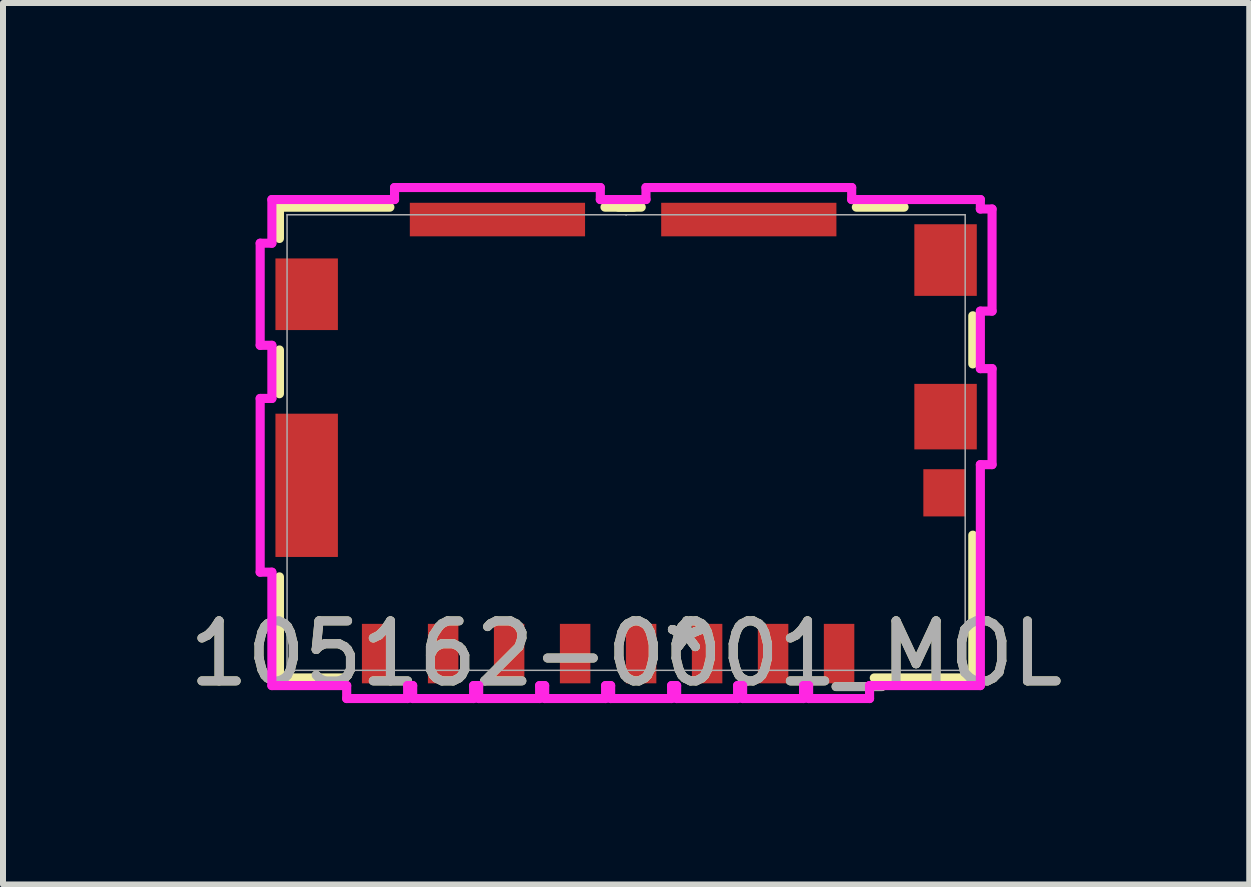
<source format=kicad_pcb>
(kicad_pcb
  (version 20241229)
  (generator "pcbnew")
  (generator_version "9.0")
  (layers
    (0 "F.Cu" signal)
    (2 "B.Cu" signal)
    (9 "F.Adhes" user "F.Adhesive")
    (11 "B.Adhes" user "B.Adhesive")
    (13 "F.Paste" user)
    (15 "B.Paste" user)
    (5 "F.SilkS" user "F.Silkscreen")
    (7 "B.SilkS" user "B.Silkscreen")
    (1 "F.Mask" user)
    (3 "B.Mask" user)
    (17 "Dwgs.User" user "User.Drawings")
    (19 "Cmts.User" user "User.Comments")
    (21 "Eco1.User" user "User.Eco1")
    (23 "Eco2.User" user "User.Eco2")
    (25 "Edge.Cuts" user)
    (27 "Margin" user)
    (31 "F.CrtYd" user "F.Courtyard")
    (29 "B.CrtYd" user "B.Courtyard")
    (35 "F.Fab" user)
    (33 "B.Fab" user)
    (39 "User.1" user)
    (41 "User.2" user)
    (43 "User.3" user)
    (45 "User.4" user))
  (footprint "105162-0001_MOL"
    (layer "F.Cu")
    (at 7.387 4.327)
    (property "Reference" "105162-0001_MOL" (at 0 3.518 0) (unlocked yes) (layer "F.SilkS") (effects (font (size 1 1) (thickness 0.15))))
    (attr smd)
    (fp_line (start -5.779 -3.924) (end -5.779 -3.402) (stroke (width 0.152) (type solid)) (layer "F.SilkS"))
    (fp_line (start -5.779 -1.543) (end -5.779 -0.814) (stroke (width 0.152) (type solid)) (layer "F.SilkS"))
    (fp_line (start -5.779 2.239) (end -5.779 3.924) (stroke (width 0.152) (type solid)) (layer "F.SilkS"))
    (fp_line (start -5.779 3.924) (end -4.737 3.924) (stroke (width 0.152) (type solid)) (layer "F.SilkS"))
    (fp_line (start -3.938 -3.924) (end -5.779 -3.924) (stroke (width 0.152) (type solid)) (layer "F.SilkS"))
    (fp_line (start 0.127 -3.924) (end -0.127 -3.924) (stroke (width 0.152) (type solid)) (layer "F.SilkS"))
    (fp_line (start 0.252 -3.924) (end -0.352 -3.924) (stroke (width 0.152) (type solid)) (layer "F.SilkS"))
    (fp_line (start 4.137 3.924) (end 5.779 3.924) (stroke (width 0.152) (type solid)) (layer "F.SilkS"))
    (fp_line (start 4.633 -3.924) (end 3.838 -3.924) (stroke (width 0.152) (type solid)) (layer "F.SilkS"))
    (fp_line (start 5.779 -1.311) (end 5.779 -2.113) (stroke (width 0.152) (type solid)) (layer "F.SilkS"))
    (fp_line (start 5.779 3.924) (end 5.779 1.544) (stroke (width 0.152) (type solid)) (layer "F.SilkS"))
    (fp_line (start -6.1 -0.735) (end -6.1 2.161) (stroke (width 0.152) (type solid)) (layer "F.CrtYd"))
    (fp_line (start -6.1 2.161) (end -5.905 2.161) (stroke (width 0.152) (type solid)) (layer "F.CrtYd"))
    (fp_line (start -6.1 -3.323) (end -6.1 -1.621) (stroke (width 0.152) (type solid)) (layer "F.CrtYd"))
    (fp_line (start -6.1 -1.621) (end -5.905 -1.621) (stroke (width 0.152) (type solid)) (layer "F.CrtYd"))
    (fp_line (start -5.905 -4.051) (end -5.905 -3.323) (stroke (width 0.152) (type solid)) (layer "F.CrtYd"))
    (fp_line (start -5.905 -3.323) (end -6.1 -3.323) (stroke (width 0.152) (type solid)) (layer "F.CrtYd"))
    (fp_line (start -5.905 -1.621) (end -5.905 -0.735) (stroke (width 0.152) (type solid)) (layer "F.CrtYd"))
    (fp_line (start -5.905 -0.735) (end -6.1 -0.735) (stroke (width 0.152) (type solid)) (layer "F.CrtYd"))
    (fp_line (start -5.905 2.161) (end -5.905 4.051) (stroke (width 0.152) (type solid)) (layer "F.CrtYd"))
    (fp_line (start -5.905 4.051) (end -4.658 4.051) (stroke (width 0.152) (type solid)) (layer "F.CrtYd"))
    (fp_line (start -4.658 4.051) (end -4.658 4.267) (stroke (width 0.152) (type solid)) (layer "F.CrtYd"))
    (fp_line (start -4.658 4.267) (end -3.642 4.267) (stroke (width 0.152) (type solid)) (layer "F.CrtYd"))
    (fp_line (start -3.86 -4.251) (end -3.86 -4.051) (stroke (width 0.152) (type solid)) (layer "F.CrtYd"))
    (fp_line (start -3.86 -4.051) (end -5.905 -4.051) (stroke (width 0.152) (type solid)) (layer "F.CrtYd"))
    (fp_line (start -3.642 4.051) (end -3.558 4.051) (stroke (width 0.152) (type solid)) (layer "F.CrtYd"))
    (fp_line (start -3.642 4.267) (end -3.642 4.051) (stroke (width 0.152) (type solid)) (layer "F.CrtYd"))
    (fp_line (start -3.558 4.051) (end -3.558 4.267) (stroke (width 0.152) (type solid)) (layer "F.CrtYd"))
    (fp_line (start -3.558 4.267) (end -2.542 4.267) (stroke (width 0.152) (type solid)) (layer "F.CrtYd"))
    (fp_line (start -2.542 4.051) (end -2.458 4.051) (stroke (width 0.152) (type solid)) (layer "F.CrtYd"))
    (fp_line (start -2.542 4.267) (end -2.542 4.051) (stroke (width 0.152) (type solid)) (layer "F.CrtYd"))
    (fp_line (start -2.458 4.051) (end -2.458 4.267) (stroke (width 0.152) (type solid)) (layer "F.CrtYd"))
    (fp_line (start -2.458 4.267) (end -1.442 4.267) (stroke (width 0.152) (type solid)) (layer "F.CrtYd"))
    (fp_line (start -1.442 4.051) (end -1.358 4.051) (stroke (width 0.152) (type solid)) (layer "F.CrtYd"))
    (fp_line (start -1.442 4.267) (end -1.442 4.051) (stroke (width 0.152) (type solid)) (layer "F.CrtYd"))
    (fp_line (start -1.358 4.051) (end -1.358 4.267) (stroke (width 0.152) (type solid)) (layer "F.CrtYd"))
    (fp_line (start -1.358 4.267) (end -0.342 4.267) (stroke (width 0.152) (type solid)) (layer "F.CrtYd"))
    (fp_line (start -0.43 -4.251) (end -3.86 -4.251) (stroke (width 0.152) (type solid)) (layer "F.CrtYd"))
    (fp_line (start -0.43 -4.051) (end -0.43 -4.251) (stroke (width 0.152) (type solid)) (layer "F.CrtYd"))
    (fp_line (start -0.342 4.051) (end -0.258 4.051) (stroke (width 0.152) (type solid)) (layer "F.CrtYd"))
    (fp_line (start -0.342 4.267) (end -0.342 4.051) (stroke (width 0.152) (type solid)) (layer "F.CrtYd"))
    (fp_line (start -0.258 4.051) (end -0.258 4.267) (stroke (width 0.152) (type solid)) (layer "F.CrtYd"))
    (fp_line (start -0.258 4.267) (end 0.758 4.267) (stroke (width 0.152) (type solid)) (layer "F.CrtYd"))
    (fp_line (start 0.331 -4.251) (end 0.331 -4.051) (stroke (width 0.152) (type solid)) (layer "F.CrtYd"))
    (fp_line (start 0.331 -4.051) (end -0.43 -4.051) (stroke (width 0.152) (type solid)) (layer "F.CrtYd"))
    (fp_line (start 0.758 4.051) (end 0.842 4.051) (stroke (width 0.152) (type solid)) (layer "F.CrtYd"))
    (fp_line (start 0.758 4.267) (end 0.758 4.051) (stroke (width 0.152) (type solid)) (layer "F.CrtYd"))
    (fp_line (start 0.842 4.051) (end 0.842 4.267) (stroke (width 0.152) (type solid)) (layer "F.CrtYd"))
    (fp_line (start 0.842 4.267) (end 1.858 4.267) (stroke (width 0.152) (type solid)) (layer "F.CrtYd"))
    (fp_line (start 1.858 4.051) (end 1.942 4.051) (stroke (width 0.152) (type solid)) (layer "F.CrtYd"))
    (fp_line (start 1.858 4.267) (end 1.858 4.051) (stroke (width 0.152) (type solid)) (layer "F.CrtYd"))
    (fp_line (start 1.942 4.051) (end 1.942 4.267) (stroke (width 0.152) (type solid)) (layer "F.CrtYd"))
    (fp_line (start 1.942 4.267) (end 2.958 4.267) (stroke (width 0.152) (type solid)) (layer "F.CrtYd"))
    (fp_line (start 2.958 4.051) (end 3.042 4.051) (stroke (width 0.152) (type solid)) (layer "F.CrtYd"))
    (fp_line (start 2.958 4.267) (end 2.958 4.051) (stroke (width 0.152) (type solid)) (layer "F.CrtYd"))
    (fp_line (start 3.042 4.051) (end 3.042 4.267) (stroke (width 0.152) (type solid)) (layer "F.CrtYd"))
    (fp_line (start 3.042 4.267) (end 4.058 4.267) (stroke (width 0.152) (type solid)) (layer "F.CrtYd"))
    (fp_line (start 3.76 -4.251) (end 0.331 -4.251) (stroke (width 0.152) (type solid)) (layer "F.CrtYd"))
    (fp_line (start 3.76 -4.051) (end 3.76 -4.251) (stroke (width 0.152) (type solid)) (layer "F.CrtYd"))
    (fp_line (start 4.058 4.051) (end 5.905 4.051) (stroke (width 0.152) (type solid)) (layer "F.CrtYd"))
    (fp_line (start 4.058 4.267) (end 4.058 4.051) (stroke (width 0.152) (type solid)) (layer "F.CrtYd"))
    (fp_line (start 5.905 -4.051) (end 3.76 -4.051) (stroke (width 0.152) (type solid)) (layer "F.CrtYd"))
    (fp_line (start 5.905 -3.893) (end 5.905 -4.051) (stroke (width 0.152) (type solid)) (layer "F.CrtYd"))
    (fp_line (start 5.905 -2.191) (end 6.1 -2.191) (stroke (width 0.152) (type solid)) (layer "F.CrtYd"))
    (fp_line (start 5.905 -1.232) (end 5.905 -2.191) (stroke (width 0.152) (type solid)) (layer "F.CrtYd"))
    (fp_line (start 5.905 0.368) (end 6.1 0.368) (stroke (width 0.152) (type solid)) (layer "F.CrtYd"))
    (fp_line (start 5.905 4.051) (end 5.905 0.368) (stroke (width 0.152) (type solid)) (layer "F.CrtYd"))
    (fp_line (start 6.1 -3.893) (end 5.905 -3.893) (stroke (width 0.152) (type solid)) (layer "F.CrtYd"))
    (fp_line (start 6.1 -2.191) (end 6.1 -3.893) (stroke (width 0.152) (type solid)) (layer "F.CrtYd"))
    (fp_line (start 6.1 -1.232) (end 5.905 -1.232) (stroke (width 0.152) (type solid)) (layer "F.CrtYd"))
    (fp_line (start 6.1 0.368) (end 6.1 -1.232) (stroke (width 0.152) (type solid)) (layer "F.CrtYd"))
    (fp_line (start -5.652 -3.797) (end -5.652 3.797) (stroke (width 0.025) (type solid)) (layer "F.Fab"))
    (fp_line (start -5.652 3.797) (end 5.652 3.797) (stroke (width 0.025) (type solid)) (layer "F.Fab"))
    (fp_line (start 0 -3.797) (end 0 -3.797) (stroke (width 0.025) (type solid)) (layer "F.Fab"))
    (fp_line (start 0 -3.797) (end 0 -3.797) (stroke (width 0.025) (type solid)) (layer "F.Fab"))
    (fp_line (start 0 -3.797) (end 0 -3.797) (stroke (width 0.025) (type solid)) (layer "F.Fab"))
    (fp_line (start 0 -3.797) (end 0 -3.797) (stroke (width 0.025) (type solid)) (layer "F.Fab"))
    (fp_line (start 5.652 -3.797) (end -5.652 -3.797) (stroke (width 0.025) (type solid)) (layer "F.Fab"))
    (fp_line (start 5.652 3.797) (end 5.652 -3.797) (stroke (width 0.025) (type solid)) (layer "F.Fab"))
    (fp_text user "*" (at 1.01 3.518 0) (layer "F.SilkS") (effects (font (size 1 1) (thickness 0.15))))
    (fp_text user "*" (at 1.01 3.518 0) (unlocked yes) (layer "F.SilkS") (effects (font (size 1 1) (thickness 0.15))))
    (fp_text user "*" (at 1.01 3.518 0) (unlocked yes) (layer "F.Fab") (effects (font (size 1 1) (thickness 0.15))))
    (fp_text user "*" (at 1.01 3.518 0) (layer "F.Fab") (effects (font (size 1 1) (thickness 0.15))))
    (fp_text user "${REFERENCE}" (at 0 3.518 0) (unlocked yes) (layer "F.Fab") (effects (font (size 1 1) (thickness 0.15))))
    (pad "14" smd rect (at -2.145 -3.717) (size 2.921 0.559) (layers "F.Cu" "F.Mask" "F.Paste"))
    (pad "15" smd rect (at 2.045 -3.717) (size 2.921 0.559) (layers "F.Cu" "F.Mask" "F.Paste"))
    (pad "G1" smd rect (at 5.325 -0.432) (size 1.041 1.092) (layers "F.Cu" "F.Mask" "F.Paste"))
    (pad "G2" smd rect (at 5.325 -3.042) (size 1.041 1.194) (layers "F.Cu" "F.Mask" "F.Paste"))
    (pad "G3" smd rect (at -5.325 -2.472) (size 1.041 1.194) (layers "F.Cu" "F.Mask" "F.Paste"))
    (pad "G4" smd rect (at -5.325 0.713) (size 1.041 2.388) (layers "F.Cu" "F.Mask" "F.Paste"))
    (pad "P1" smd rect (at 3.55 3.518) (size 0.508 0.991) (layers "F.Cu" "F.Mask" "F.Paste"))
    (pad "P2" smd rect (at 2.45 3.518) (size 0.508 0.991) (layers "F.Cu" "F.Mask" "F.Paste"))
    (pad "P3" smd rect (at 1.35 3.518) (size 0.508 0.991) (layers "F.Cu" "F.Mask" "F.Paste"))
    (pad "P4" smd rect (at 0.25 3.518) (size 0.508 0.991) (layers "F.Cu" "F.Mask" "F.Paste"))
    (pad "P5" smd rect (at -0.85 3.518) (size 0.508 0.991) (layers "F.Cu" "F.Mask" "F.Paste"))
    (pad "P6" smd rect (at -1.95 3.518) (size 0.508 0.991) (layers "F.Cu" "F.Mask" "F.Paste"))
    (pad "P7" smd rect (at -3.05 3.518) (size 0.508 0.991) (layers "F.Cu" "F.Mask" "F.Paste"))
    (pad "P8" smd rect (at -4.15 3.518) (size 0.508 0.991) (layers "F.Cu" "F.Mask" "F.Paste"))
    (pad "P9" smd rect (at 5.31 0.838) (size 0.711 0.787) (layers "F.Cu" "F.Mask" "F.Paste")))
  (gr_rect
    (start -3 -3)
    (end 17.774 11.693)
    (stroke (width 0.1) (type default))
    (fill no)
    (layer "Edge.Cuts")))
</source>
